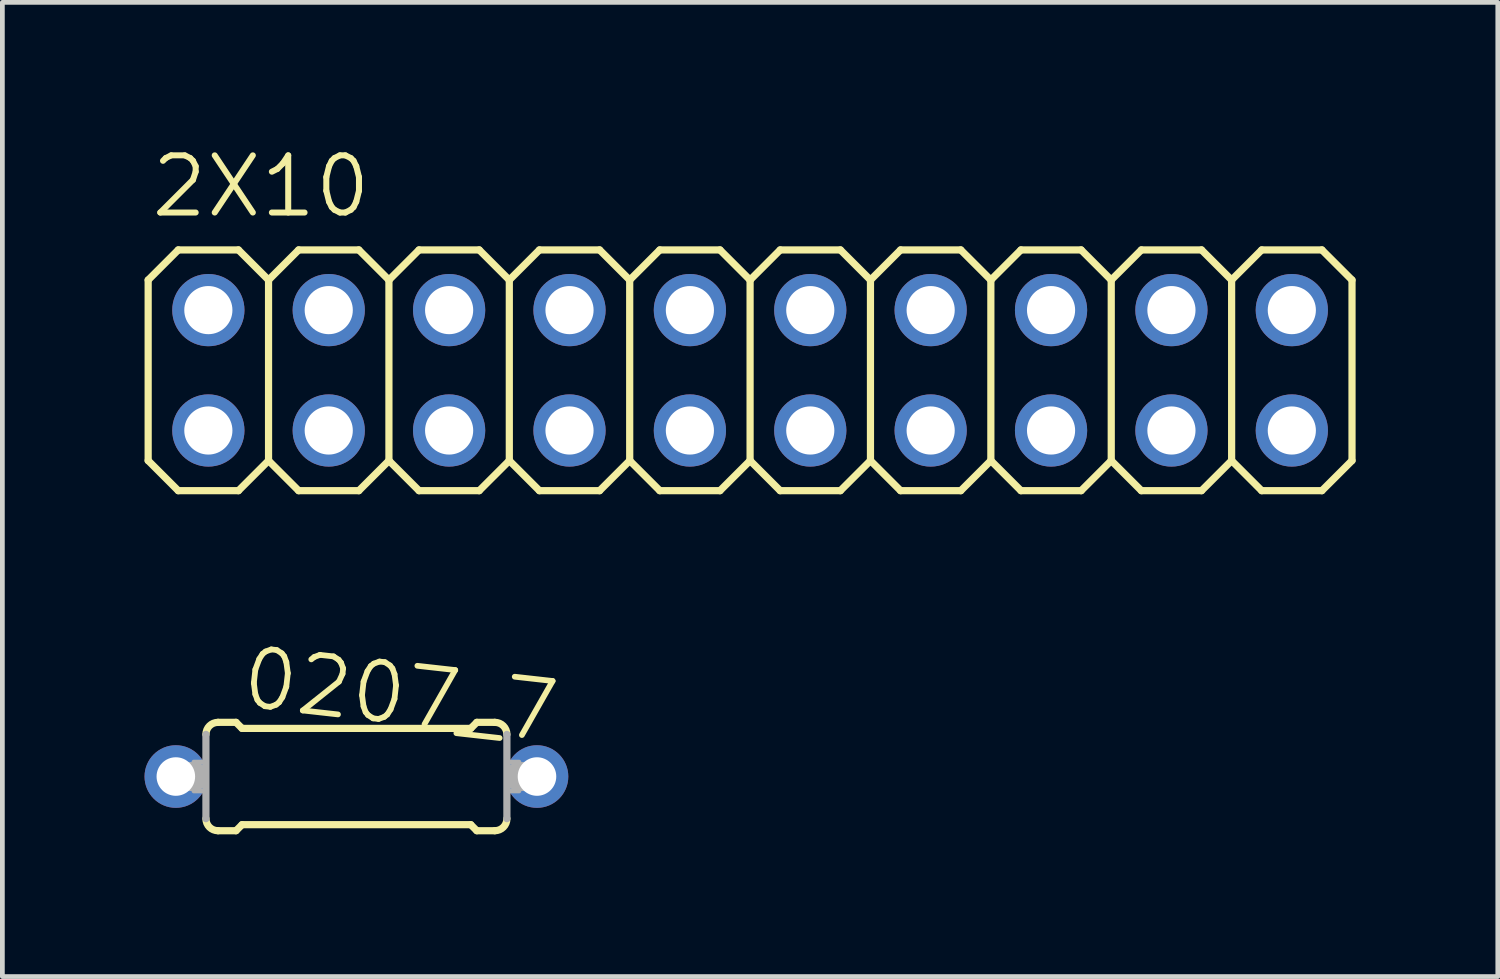
<source format=kicad_pcb>
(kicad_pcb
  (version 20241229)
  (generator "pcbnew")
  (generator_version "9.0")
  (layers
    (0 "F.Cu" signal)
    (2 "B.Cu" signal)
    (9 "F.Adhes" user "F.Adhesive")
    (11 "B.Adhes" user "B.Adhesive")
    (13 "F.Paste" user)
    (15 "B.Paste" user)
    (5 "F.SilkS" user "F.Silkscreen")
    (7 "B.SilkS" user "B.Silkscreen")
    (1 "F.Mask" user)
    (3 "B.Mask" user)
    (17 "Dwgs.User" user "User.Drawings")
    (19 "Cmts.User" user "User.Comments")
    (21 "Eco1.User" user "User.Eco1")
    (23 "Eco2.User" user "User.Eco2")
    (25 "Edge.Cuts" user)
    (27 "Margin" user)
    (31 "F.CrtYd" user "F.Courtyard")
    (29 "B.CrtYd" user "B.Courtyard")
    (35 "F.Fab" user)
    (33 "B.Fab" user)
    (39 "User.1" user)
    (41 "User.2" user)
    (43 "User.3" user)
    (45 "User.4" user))
  (footprint "0207_7"
    (layer "F.Cu")
    (at 4.47 13.334)
    (property "Reference" "0207_7" (at -2.54 -1.397 353.6) (layer "F.SilkS") (effects (font (size 1.206 1.206) (thickness 0.121)) (justify left bottom)))
    (attr through_hole)
    (fp_line (start -2.921 -1.143) (end -2.54 -1.143) (stroke (width 0.152) (type solid)) (layer "F.SilkS"))
    (fp_line (start -2.921 1.143) (end -2.54 1.143) (stroke (width 0.152) (type solid)) (layer "F.SilkS"))
    (fp_line (start -2.413 -1.016) (end -2.54 -1.143) (stroke (width 0.152) (type solid)) (layer "F.SilkS"))
    (fp_line (start -2.413 1.016) (end -2.54 1.143) (stroke (width 0.152) (type solid)) (layer "F.SilkS"))
    (fp_line (start 2.413 -1.016) (end -2.413 -1.016) (stroke (width 0.152) (type solid)) (layer "F.SilkS"))
    (fp_line (start 2.413 -1.016) (end 2.54 -1.143) (stroke (width 0.152) (type solid)) (layer "F.SilkS"))
    (fp_line (start 2.413 1.016) (end -2.413 1.016) (stroke (width 0.152) (type solid)) (layer "F.SilkS"))
    (fp_line (start 2.413 1.016) (end 2.54 1.143) (stroke (width 0.152) (type solid)) (layer "F.SilkS"))
    (fp_line (start 2.921 -1.143) (end 2.54 -1.143) (stroke (width 0.152) (type solid)) (layer "F.SilkS"))
    (fp_line (start 2.921 1.143) (end 2.54 1.143) (stroke (width 0.152) (type solid)) (layer "F.SilkS"))
    (fp_arc (start -3.175 -0.889) (mid -3.100605 -1.068605) (end -2.921 -1.143) (stroke (width 0.1524) (type solid)) (layer "F.SilkS"))
    (fp_arc (start -2.921 1.143) (mid -3.100605 1.068605) (end -3.175 0.889) (stroke (width 0.1524) (type solid)) (layer "F.SilkS"))
    (fp_arc (start 2.921 -1.143) (mid 3.100605 -1.068605) (end 3.175 -0.889) (stroke (width 0.1524) (type solid)) (layer "F.SilkS"))
    (fp_arc (start 3.175 0.889) (mid 3.100605 1.068605) (end 2.921 1.143) (stroke (width 0.1524) (type solid)) (layer "F.SilkS"))
    (fp_line (start -3.81 0) (end -3.429 0) (stroke (width 0.61) (type solid)) (layer "F.Fab"))
    (fp_line (start -3.175 0.889) (end -3.175 -0.889) (stroke (width 0.152) (type solid)) (layer "F.Fab"))
    (fp_line (start 3.175 0.889) (end 3.175 -0.889) (stroke (width 0.152) (type solid)) (layer "F.Fab"))
    (fp_line (start 3.429 0) (end 3.81 0) (stroke (width 0.61) (type solid)) (layer "F.Fab"))
    (fp_poly (pts (xy -3.429 0.305) (xy -3.175 0.305) (xy -3.175 -0.305) (xy -3.429 -0.305)) (stroke (width 0.1) (type solid)) (fill no) (layer "F.Fab"))
    (fp_poly (pts (xy 3.175 0.305) (xy 3.429 0.305) (xy 3.429 -0.305) (xy 3.175 -0.305)) (stroke (width 0.1) (type solid)) (fill no) (layer "F.Fab"))
    (pad "1" thru_hole circle (at -3.81 0) (size 1.321 1.321) (drill 0.813) (layers "*.Cu" "*.Mask"))
    (pad "2" thru_hole circle (at 3.81 0) (size 1.321 1.321) (drill 0.813) (layers "*.Cu" "*.Mask")))
  (footprint "2X10"
    (layer "F.Cu")
    (at 12.776 4.763)
    (property "Reference" "2X10" (at -12.7 -3.175 0) (layer "F.SilkS") (effects (font (size 1.206 1.206) (thickness 0.127)) (justify left bottom)))
    (attr through_hole)
    (fp_line (start -12.7 -1.905) (end -12.065 -2.54) (stroke (width 0.152) (type solid)) (layer "F.SilkS"))
    (fp_line (start -12.7 1.905) (end -12.7 -1.905) (stroke (width 0.152) (type solid)) (layer "F.SilkS"))
    (fp_line (start -12.7 1.905) (end -12.065 2.54) (stroke (width 0.152) (type solid)) (layer "F.SilkS"))
    (fp_line (start -12.065 -2.54) (end -10.795 -2.54) (stroke (width 0.152) (type solid)) (layer "F.SilkS"))
    (fp_line (start -12.065 2.54) (end -10.795 2.54) (stroke (width 0.152) (type solid)) (layer "F.SilkS"))
    (fp_line (start -10.795 -2.54) (end -10.16 -1.905) (stroke (width 0.152) (type solid)) (layer "F.SilkS"))
    (fp_line (start -10.795 2.54) (end -10.16 1.905) (stroke (width 0.152) (type solid)) (layer "F.SilkS"))
    (fp_line (start -10.16 -1.905) (end -10.16 1.905) (stroke (width 0.152) (type solid)) (layer "F.SilkS"))
    (fp_line (start -10.16 -1.905) (end -9.525 -2.54) (stroke (width 0.152) (type solid)) (layer "F.SilkS"))
    (fp_line (start -10.16 1.905) (end -9.525 2.54) (stroke (width 0.152) (type solid)) (layer "F.SilkS"))
    (fp_line (start -9.525 -2.54) (end -8.255 -2.54) (stroke (width 0.152) (type solid)) (layer "F.SilkS"))
    (fp_line (start -9.525 2.54) (end -8.255 2.54) (stroke (width 0.152) (type solid)) (layer "F.SilkS"))
    (fp_line (start -8.255 -2.54) (end -7.62 -1.905) (stroke (width 0.152) (type solid)) (layer "F.SilkS"))
    (fp_line (start -8.255 2.54) (end -7.62 1.905) (stroke (width 0.152) (type solid)) (layer "F.SilkS"))
    (fp_line (start -7.62 -1.905) (end -7.62 1.905) (stroke (width 0.152) (type solid)) (layer "F.SilkS"))
    (fp_line (start -7.62 -1.905) (end -6.985 -2.54) (stroke (width 0.152) (type solid)) (layer "F.SilkS"))
    (fp_line (start -7.62 1.905) (end -6.985 2.54) (stroke (width 0.152) (type solid)) (layer "F.SilkS"))
    (fp_line (start -6.985 -2.54) (end -5.715 -2.54) (stroke (width 0.152) (type solid)) (layer "F.SilkS"))
    (fp_line (start -6.985 2.54) (end -5.715 2.54) (stroke (width 0.152) (type solid)) (layer "F.SilkS"))
    (fp_line (start -5.715 -2.54) (end -5.08 -1.905) (stroke (width 0.152) (type solid)) (layer "F.SilkS"))
    (fp_line (start -5.715 2.54) (end -5.08 1.905) (stroke (width 0.152) (type solid)) (layer "F.SilkS"))
    (fp_line (start -5.08 -1.905) (end -5.08 1.905) (stroke (width 0.152) (type solid)) (layer "F.SilkS"))
    (fp_line (start -5.08 -1.905) (end -4.445 -2.54) (stroke (width 0.152) (type solid)) (layer "F.SilkS"))
    (fp_line (start -5.08 1.905) (end -4.445 2.54) (stroke (width 0.152) (type solid)) (layer "F.SilkS"))
    (fp_line (start -4.445 -2.54) (end -3.175 -2.54) (stroke (width 0.152) (type solid)) (layer "F.SilkS"))
    (fp_line (start -4.445 2.54) (end -3.175 2.54) (stroke (width 0.152) (type solid)) (layer "F.SilkS"))
    (fp_line (start -3.175 -2.54) (end -2.54 -1.905) (stroke (width 0.152) (type solid)) (layer "F.SilkS"))
    (fp_line (start -3.175 2.54) (end -2.54 1.905) (stroke (width 0.152) (type solid)) (layer "F.SilkS"))
    (fp_line (start -2.54 -1.905) (end -2.54 1.905) (stroke (width 0.152) (type solid)) (layer "F.SilkS"))
    (fp_line (start -2.54 -1.905) (end -1.905 -2.54) (stroke (width 0.152) (type solid)) (layer "F.SilkS"))
    (fp_line (start -2.54 1.905) (end -1.905 2.54) (stroke (width 0.152) (type solid)) (layer "F.SilkS"))
    (fp_line (start -1.905 -2.54) (end -0.635 -2.54) (stroke (width 0.152) (type solid)) (layer "F.SilkS"))
    (fp_line (start -1.905 2.54) (end -0.635 2.54) (stroke (width 0.152) (type solid)) (layer "F.SilkS"))
    (fp_line (start -0.635 -2.54) (end 0 -1.905) (stroke (width 0.152) (type solid)) (layer "F.SilkS"))
    (fp_line (start -0.635 2.54) (end 0 1.905) (stroke (width 0.152) (type solid)) (layer "F.SilkS"))
    (fp_line (start 0 -1.905) (end 0 1.905) (stroke (width 0.152) (type solid)) (layer "F.SilkS"))
    (fp_line (start 0 -1.905) (end 0.635 -2.54) (stroke (width 0.152) (type solid)) (layer "F.SilkS"))
    (fp_line (start 0 1.905) (end 0.635 2.54) (stroke (width 0.152) (type solid)) (layer "F.SilkS"))
    (fp_line (start 0.635 -2.54) (end 1.905 -2.54) (stroke (width 0.152) (type solid)) (layer "F.SilkS"))
    (fp_line (start 0.635 2.54) (end 1.905 2.54) (stroke (width 0.152) (type solid)) (layer "F.SilkS"))
    (fp_line (start 1.905 -2.54) (end 2.54 -1.905) (stroke (width 0.152) (type solid)) (layer "F.SilkS"))
    (fp_line (start 1.905 2.54) (end 2.54 1.905) (stroke (width 0.152) (type solid)) (layer "F.SilkS"))
    (fp_line (start 2.54 -1.905) (end 2.54 1.905) (stroke (width 0.152) (type solid)) (layer "F.SilkS"))
    (fp_line (start 2.54 -1.905) (end 3.175 -2.54) (stroke (width 0.152) (type solid)) (layer "F.SilkS"))
    (fp_line (start 2.54 1.905) (end 3.175 2.54) (stroke (width 0.152) (type solid)) (layer "F.SilkS"))
    (fp_line (start 3.175 -2.54) (end 4.445 -2.54) (stroke (width 0.152) (type solid)) (layer "F.SilkS"))
    (fp_line (start 3.175 2.54) (end 4.445 2.54) (stroke (width 0.152) (type solid)) (layer "F.SilkS"))
    (fp_line (start 4.445 -2.54) (end 5.08 -1.905) (stroke (width 0.152) (type solid)) (layer "F.SilkS"))
    (fp_line (start 5.08 -1.905) (end 5.08 1.905) (stroke (width 0.152) (type solid)) (layer "F.SilkS"))
    (fp_line (start 5.08 -1.905) (end 5.715 -2.54) (stroke (width 0.152) (type solid)) (layer "F.SilkS"))
    (fp_line (start 5.08 1.905) (end 4.445 2.54) (stroke (width 0.152) (type solid)) (layer "F.SilkS"))
    (fp_line (start 5.08 1.905) (end 5.715 2.54) (stroke (width 0.152) (type solid)) (layer "F.SilkS"))
    (fp_line (start 5.715 -2.54) (end 6.985 -2.54) (stroke (width 0.152) (type solid)) (layer "F.SilkS"))
    (fp_line (start 5.715 2.54) (end 6.985 2.54) (stroke (width 0.152) (type solid)) (layer "F.SilkS"))
    (fp_line (start 6.985 -2.54) (end 7.62 -1.905) (stroke (width 0.152) (type solid)) (layer "F.SilkS"))
    (fp_line (start 7.62 -1.905) (end 7.62 1.905) (stroke (width 0.152) (type solid)) (layer "F.SilkS"))
    (fp_line (start 7.62 -1.905) (end 8.255 -2.54) (stroke (width 0.152) (type solid)) (layer "F.SilkS"))
    (fp_line (start 7.62 1.905) (end 6.985 2.54) (stroke (width 0.152) (type solid)) (layer "F.SilkS"))
    (fp_line (start 7.62 1.905) (end 8.255 2.54) (stroke (width 0.152) (type solid)) (layer "F.SilkS"))
    (fp_line (start 8.255 -2.54) (end 9.525 -2.54) (stroke (width 0.152) (type solid)) (layer "F.SilkS"))
    (fp_line (start 8.255 2.54) (end 9.525 2.54) (stroke (width 0.152) (type solid)) (layer "F.SilkS"))
    (fp_line (start 9.525 -2.54) (end 10.16 -1.905) (stroke (width 0.152) (type solid)) (layer "F.SilkS"))
    (fp_line (start 10.16 -1.905) (end 10.16 1.905) (stroke (width 0.152) (type solid)) (layer "F.SilkS"))
    (fp_line (start 10.16 -1.905) (end 10.795 -2.54) (stroke (width 0.152) (type solid)) (layer "F.SilkS"))
    (fp_line (start 10.16 1.905) (end 9.525 2.54) (stroke (width 0.152) (type solid)) (layer "F.SilkS"))
    (fp_line (start 10.16 1.905) (end 10.795 2.54) (stroke (width 0.152) (type solid)) (layer "F.SilkS"))
    (fp_line (start 10.795 -2.54) (end 12.065 -2.54) (stroke (width 0.152) (type solid)) (layer "F.SilkS"))
    (fp_line (start 10.795 2.54) (end 12.065 2.54) (stroke (width 0.152) (type solid)) (layer "F.SilkS"))
    (fp_line (start 12.065 -2.54) (end 12.7 -1.905) (stroke (width 0.152) (type solid)) (layer "F.SilkS"))
    (fp_line (start 12.7 -1.905) (end 12.7 1.905) (stroke (width 0.152) (type solid)) (layer "F.SilkS"))
    (fp_line (start 12.7 1.905) (end 12.065 2.54) (stroke (width 0.152) (type solid)) (layer "F.SilkS"))
    (fp_poly (pts (xy -11.684 -1.016) (xy -11.176 -1.016) (xy -11.176 -1.524) (xy -11.684 -1.524)) (stroke (width 0.1) (type solid)) (fill no) (layer "F.Fab"))
    (fp_poly (pts (xy -11.684 1.524) (xy -11.176 1.524) (xy -11.176 1.016) (xy -11.684 1.016)) (stroke (width 0.1) (type solid)) (fill no) (layer "F.Fab"))
    (fp_poly (pts (xy -9.144 -1.016) (xy -8.636 -1.016) (xy -8.636 -1.524) (xy -9.144 -1.524)) (stroke (width 0.1) (type solid)) (fill no) (layer "F.Fab"))
    (fp_poly (pts (xy -9.144 1.524) (xy -8.636 1.524) (xy -8.636 1.016) (xy -9.144 1.016)) (stroke (width 0.1) (type solid)) (fill no) (layer "F.Fab"))
    (fp_poly (pts (xy -6.604 -1.016) (xy -6.096 -1.016) (xy -6.096 -1.524) (xy -6.604 -1.524)) (stroke (width 0.1) (type solid)) (fill no) (layer "F.Fab"))
    (fp_poly (pts (xy -6.604 1.524) (xy -6.096 1.524) (xy -6.096 1.016) (xy -6.604 1.016)) (stroke (width 0.1) (type solid)) (fill no) (layer "F.Fab"))
    (fp_poly (pts (xy -4.064 -1.016) (xy -3.556 -1.016) (xy -3.556 -1.524) (xy -4.064 -1.524)) (stroke (width 0.1) (type solid)) (fill no) (layer "F.Fab"))
    (fp_poly (pts (xy -4.064 1.524) (xy -3.556 1.524) (xy -3.556 1.016) (xy -4.064 1.016)) (stroke (width 0.1) (type solid)) (fill no) (layer "F.Fab"))
    (fp_poly (pts (xy -1.524 -1.016) (xy -1.016 -1.016) (xy -1.016 -1.524) (xy -1.524 -1.524)) (stroke (width 0.1) (type solid)) (fill no) (layer "F.Fab"))
    (fp_poly (pts (xy -1.524 1.524) (xy -1.016 1.524) (xy -1.016 1.016) (xy -1.524 1.016)) (stroke (width 0.1) (type solid)) (fill no) (layer "F.Fab"))
    (fp_poly (pts (xy 1.016 -1.016) (xy 1.524 -1.016) (xy 1.524 -1.524) (xy 1.016 -1.524)) (stroke (width 0.1) (type solid)) (fill no) (layer "F.Fab"))
    (fp_poly (pts (xy 1.016 1.524) (xy 1.524 1.524) (xy 1.524 1.016) (xy 1.016 1.016)) (stroke (width 0.1) (type solid)) (fill no) (layer "F.Fab"))
    (fp_poly (pts (xy 3.556 -1.016) (xy 4.064 -1.016) (xy 4.064 -1.524) (xy 3.556 -1.524)) (stroke (width 0.1) (type solid)) (fill no) (layer "F.Fab"))
    (fp_poly (pts (xy 3.556 1.524) (xy 4.064 1.524) (xy 4.064 1.016) (xy 3.556 1.016)) (stroke (width 0.1) (type solid)) (fill no) (layer "F.Fab"))
    (fp_poly (pts (xy 6.096 -1.016) (xy 6.604 -1.016) (xy 6.604 -1.524) (xy 6.096 -1.524)) (stroke (width 0.1) (type solid)) (fill no) (layer "F.Fab"))
    (fp_poly (pts (xy 6.096 1.524) (xy 6.604 1.524) (xy 6.604 1.016) (xy 6.096 1.016)) (stroke (width 0.1) (type solid)) (fill no) (layer "F.Fab"))
    (fp_poly (pts (xy 8.636 -1.016) (xy 9.144 -1.016) (xy 9.144 -1.524) (xy 8.636 -1.524)) (stroke (width 0.1) (type solid)) (fill no) (layer "F.Fab"))
    (fp_poly (pts (xy 8.636 1.524) (xy 9.144 1.524) (xy 9.144 1.016) (xy 8.636 1.016)) (stroke (width 0.1) (type solid)) (fill no) (layer "F.Fab"))
    (fp_poly (pts (xy 11.176 -1.016) (xy 11.684 -1.016) (xy 11.684 -1.524) (xy 11.176 -1.524)) (stroke (width 0.1) (type solid)) (fill no) (layer "F.Fab"))
    (fp_poly (pts (xy 11.176 1.524) (xy 11.684 1.524) (xy 11.684 1.016) (xy 11.176 1.016)) (stroke (width 0.1) (type solid)) (fill no) (layer "F.Fab"))
    (pad "1" thru_hole circle (at -11.43 1.27) (size 1.524 1.524) (drill 1.016) (layers "*.Cu" "*.Mask"))
    (pad "2" thru_hole circle (at -11.43 -1.27) (size 1.524 1.524) (drill 1.016) (layers "*.Cu" "*.Mask"))
    (pad "3" thru_hole circle (at -8.89 1.27) (size 1.524 1.524) (drill 1.016) (layers "*.Cu" "*.Mask"))
    (pad "4" thru_hole circle (at -8.89 -1.27) (size 1.524 1.524) (drill 1.016) (layers "*.Cu" "*.Mask"))
    (pad "5" thru_hole circle (at -6.35 1.27) (size 1.524 1.524) (drill 1.016) (layers "*.Cu" "*.Mask"))
    (pad "6" thru_hole circle (at -6.35 -1.27) (size 1.524 1.524) (drill 1.016) (layers "*.Cu" "*.Mask"))
    (pad "7" thru_hole circle (at -3.81 1.27) (size 1.524 1.524) (drill 1.016) (layers "*.Cu" "*.Mask"))
    (pad "8" thru_hole circle (at -3.81 -1.27) (size 1.524 1.524) (drill 1.016) (layers "*.Cu" "*.Mask"))
    (pad "9" thru_hole circle (at -1.27 1.27) (size 1.524 1.524) (drill 1.016) (layers "*.Cu" "*.Mask"))
    (pad "10" thru_hole circle (at -1.27 -1.27) (size 1.524 1.524) (drill 1.016) (layers "*.Cu" "*.Mask"))
    (pad "11" thru_hole circle (at 1.27 1.27) (size 1.524 1.524) (drill 1.016) (layers "*.Cu" "*.Mask"))
    (pad "12" thru_hole circle (at 1.27 -1.27) (size 1.524 1.524) (drill 1.016) (layers "*.Cu" "*.Mask"))
    (pad "13" thru_hole circle (at 3.81 1.27) (size 1.524 1.524) (drill 1.016) (layers "*.Cu" "*.Mask"))
    (pad "14" thru_hole circle (at 3.81 -1.27) (size 1.524 1.524) (drill 1.016) (layers "*.Cu" "*.Mask"))
    (pad "15" thru_hole circle (at 6.35 1.27) (size 1.524 1.524) (drill 1.016) (layers "*.Cu" "*.Mask"))
    (pad "16" thru_hole circle (at 6.35 -1.27) (size 1.524 1.524) (drill 1.016) (layers "*.Cu" "*.Mask"))
    (pad "17" thru_hole circle (at 8.89 1.27) (size 1.524 1.524) (drill 1.016) (layers "*.Cu" "*.Mask"))
    (pad "18" thru_hole circle (at 8.89 -1.27) (size 1.524 1.524) (drill 1.016) (layers "*.Cu" "*.Mask"))
    (pad "19" thru_hole circle (at 11.43 1.27) (size 1.524 1.524) (drill 1.016) (layers "*.Cu" "*.Mask"))
    (pad "20" thru_hole circle (at 11.43 -1.27) (size 1.524 1.524) (drill 1.016) (layers "*.Cu" "*.Mask")))
  (gr_rect
    (start -3 -3)
    (end 28.552 17.554)
    (stroke (width 0.1) (type default))
    (fill no)
    (layer "Edge.Cuts")))
</source>
